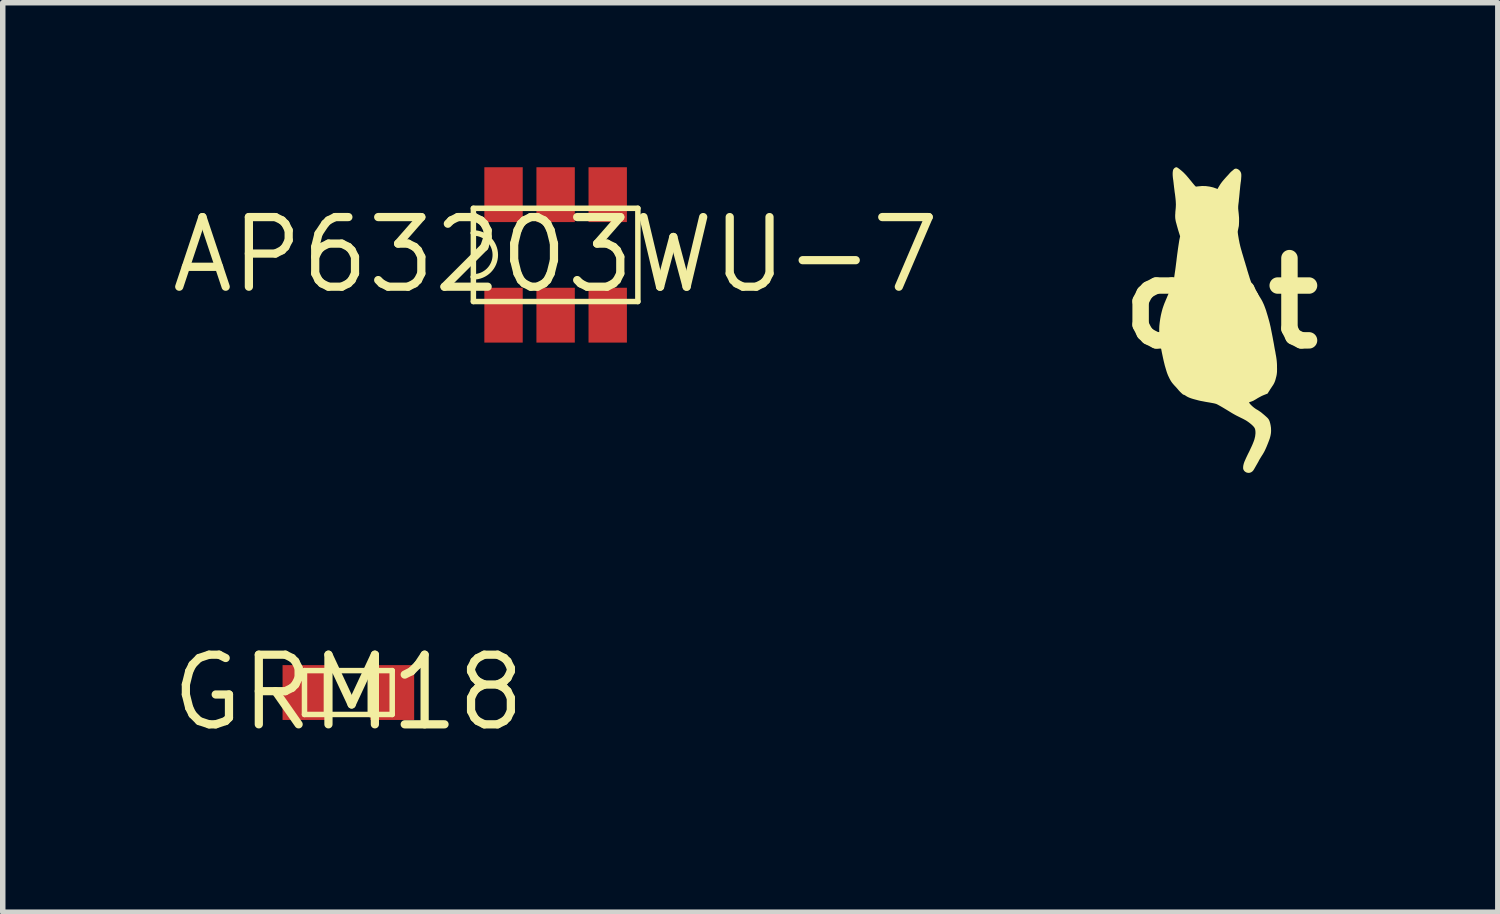
<source format=kicad_pcb>
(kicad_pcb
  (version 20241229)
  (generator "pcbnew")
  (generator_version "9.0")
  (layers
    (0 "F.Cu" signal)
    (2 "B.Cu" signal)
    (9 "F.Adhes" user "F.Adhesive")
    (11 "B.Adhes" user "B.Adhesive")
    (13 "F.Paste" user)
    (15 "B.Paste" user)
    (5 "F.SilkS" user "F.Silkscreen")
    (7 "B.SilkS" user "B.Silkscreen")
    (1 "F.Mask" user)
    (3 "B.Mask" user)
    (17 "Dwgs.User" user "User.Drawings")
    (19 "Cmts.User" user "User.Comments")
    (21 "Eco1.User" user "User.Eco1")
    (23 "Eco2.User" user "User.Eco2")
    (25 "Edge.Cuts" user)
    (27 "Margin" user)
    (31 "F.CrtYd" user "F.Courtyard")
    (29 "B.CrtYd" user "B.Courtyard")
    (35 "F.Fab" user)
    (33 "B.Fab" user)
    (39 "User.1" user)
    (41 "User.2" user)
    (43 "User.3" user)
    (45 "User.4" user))
  (footprint "cat"
    (layer "F.Cu")
    (at 19.216 2.479)
    (property "Reference" "cat" (at 0 0 0) (layer "F.SilkS") (effects (font (size 1.5 1.5) (thickness 0.3))))
    (attr board_only exclude_from_pos_files exclude_from_bom)
    (fp_poly (pts (xy -0.804 -2.478) (xy -0.796 -2.474) (xy -0.784 -2.466) (xy -0.768 -2.455) (xy -0.75 -2.441) (xy -0.731 -2.426) (xy -0.712 -2.41) (xy -0.693 -2.393) (xy -0.682 -2.383) (xy -0.668 -2.369) (xy -0.654 -2.354) (xy -0.639 -2.339) (xy -0.624 -2.322) (xy -0.608 -2.303) (xy -0.589 -2.281) (xy -0.568 -2.255) (xy -0.543 -2.225) (xy -0.524 -2.201) (xy -0.504 -2.177) (xy -0.488 -2.158) (xy -0.476 -2.144) (xy -0.467 -2.135) (xy -0.46 -2.129) (xy -0.456 -2.126) (xy -0.455 -2.126) (xy -0.448 -2.126) (xy -0.436 -2.128) (xy -0.42 -2.13) (xy -0.408 -2.131) (xy -0.341 -2.137) (xy -0.273 -2.135) (xy -0.206 -2.126) (xy -0.141 -2.111) (xy -0.081 -2.09) (xy -0.062 -2.082) (xy -0.046 -2.112) (xy -0.032 -2.134) (xy -0.02 -2.154) (xy -0.008 -2.173) (xy 0.005 -2.191) (xy 0.018 -2.209) (xy 0.034 -2.229) (xy 0.052 -2.25) (xy 0.073 -2.274) (xy 0.098 -2.302) (xy 0.125 -2.331) (xy 0.138 -2.345) (xy 0.149 -2.358) (xy 0.158 -2.368) (xy 0.164 -2.374) (xy 0.164 -2.375) (xy 0.171 -2.382) (xy 0.181 -2.392) (xy 0.194 -2.404) (xy 0.209 -2.416) (xy 0.223 -2.428) (xy 0.236 -2.439) (xy 0.245 -2.446) (xy 0.251 -2.449) (xy 0.269 -2.454) (xy 0.289 -2.452) (xy 0.308 -2.444) (xy 0.327 -2.432) (xy 0.344 -2.416) (xy 0.357 -2.397) (xy 0.367 -2.375) (xy 0.371 -2.354) (xy 0.372 -2.337) (xy 0.372 -2.314) (xy 0.37 -2.286) (xy 0.368 -2.255) (xy 0.364 -2.22) (xy 0.361 -2.203) (xy 0.359 -2.186) (xy 0.356 -2.164) (xy 0.353 -2.137) (xy 0.35 -2.106) (xy 0.347 -2.074) (xy 0.343 -2.04) (xy 0.341 -2.015) (xy 0.338 -1.983) (xy 0.335 -1.952) (xy 0.332 -1.923) (xy 0.329 -1.897) (xy 0.327 -1.876) (xy 0.326 -1.86) (xy 0.325 -1.85) (xy 0.321 -1.82) (xy 0.318 -1.795) (xy 0.316 -1.774) (xy 0.315 -1.756) (xy 0.315 -1.739) (xy 0.315 -1.722) (xy 0.317 -1.704) (xy 0.319 -1.682) (xy 0.322 -1.655) (xy 0.323 -1.647) (xy 0.326 -1.616) (xy 0.328 -1.59) (xy 0.33 -1.568) (xy 0.331 -1.548) (xy 0.331 -1.527) (xy 0.331 -1.504) (xy 0.331 -1.485) (xy 0.33 -1.458) (xy 0.329 -1.437) (xy 0.328 -1.419) (xy 0.326 -1.403) (xy 0.323 -1.388) (xy 0.319 -1.371) (xy 0.319 -1.369) (xy 0.315 -1.35) (xy 0.311 -1.331) (xy 0.308 -1.315) (xy 0.307 -1.305) (xy 0.307 -1.293) (xy 0.309 -1.275) (xy 0.312 -1.253) (xy 0.316 -1.226) (xy 0.321 -1.197) (xy 0.326 -1.167) (xy 0.328 -1.155) (xy 0.33 -1.149) (xy 0.335 -1.121) (xy 0.34 -1.095) (xy 0.346 -1.07) (xy 0.352 -1.043) (xy 0.359 -1.016) (xy 0.367 -0.986) (xy 0.377 -0.953) (xy 0.387 -0.916) (xy 0.4 -0.874) (xy 0.414 -0.826) (xy 0.42 -0.806) (xy 0.429 -0.775) (xy 0.438 -0.747) (xy 0.446 -0.721) (xy 0.452 -0.698) (xy 0.458 -0.68) (xy 0.462 -0.667) (xy 0.464 -0.66) (xy 0.464 -0.66) (xy 0.47 -0.64) (xy 0.477 -0.615) (xy 0.485 -0.587) (xy 0.495 -0.556) (xy 0.504 -0.525) (xy 0.514 -0.495) (xy 0.522 -0.467) (xy 0.53 -0.442) (xy 0.537 -0.422) (xy 0.539 -0.416) (xy 0.551 -0.382) (xy 0.56 -0.354) (xy 0.569 -0.332) (xy 0.576 -0.315) (xy 0.583 -0.301) (xy 0.589 -0.291) (xy 0.592 -0.288) (xy 0.605 -0.268) (xy 0.621 -0.246) (xy 0.638 -0.221) (xy 0.656 -0.195) (xy 0.672 -0.171) (xy 0.687 -0.149) (xy 0.698 -0.131) (xy 0.701 -0.126) (xy 0.721 -0.094) (xy 0.739 -0.064) (xy 0.755 -0.035) (xy 0.769 -0.005) (xy 0.783 0.025) (xy 0.796 0.058) (xy 0.809 0.093) (xy 0.823 0.132) (xy 0.836 0.176) (xy 0.851 0.225) (xy 0.862 0.263) (xy 0.871 0.295) (xy 0.88 0.327) (xy 0.889 0.361) (xy 0.897 0.396) (xy 0.906 0.434) (xy 0.914 0.475) (xy 0.923 0.52) (xy 0.933 0.57) (xy 0.944 0.626) (xy 0.955 0.687) (xy 0.959 0.707) (xy 0.965 0.739) (xy 0.971 0.774) (xy 0.977 0.809) (xy 0.983 0.842) (xy 0.989 0.872) (xy 0.992 0.886) (xy 0.999 0.929) (xy 1.006 0.966) (xy 1.011 0.998) (xy 1.015 1.027) (xy 1.018 1.053) (xy 1.02 1.079) (xy 1.022 1.104) (xy 1.023 1.132) (xy 1.023 1.162) (xy 1.023 1.169) (xy 1.024 1.202) (xy 1.023 1.23) (xy 1.023 1.253) (xy 1.021 1.273) (xy 1.019 1.292) (xy 1.016 1.31) (xy 1.012 1.33) (xy 1.006 1.353) (xy 0.998 1.384) (xy 0.991 1.409) (xy 0.983 1.431) (xy 0.974 1.452) (xy 0.964 1.472) (xy 0.951 1.494) (xy 0.934 1.519) (xy 0.926 1.531) (xy 0.913 1.551) (xy 0.898 1.573) (xy 0.885 1.595) (xy 0.874 1.611) (xy 0.851 1.649) (xy 0.817 1.662) (xy 0.784 1.675) (xy 0.747 1.691) (xy 0.709 1.711) (xy 0.671 1.732) (xy 0.639 1.752) (xy 0.614 1.766) (xy 0.594 1.778) (xy 0.576 1.786) (xy 0.557 1.793) (xy 0.555 1.794) (xy 0.536 1.8) (xy 0.524 1.805) (xy 0.516 1.808) (xy 0.513 1.811) (xy 0.514 1.815) (xy 0.517 1.819) (xy 0.519 1.822) (xy 0.543 1.851) (xy 0.572 1.879) (xy 0.604 1.906) (xy 0.638 1.93) (xy 0.646 1.935) (xy 0.669 1.948) (xy 0.688 1.96) (xy 0.705 1.972) (xy 0.722 1.983) (xy 0.739 1.996) (xy 0.758 2.012) (xy 0.781 2.031) (xy 0.787 2.036) (xy 0.812 2.058) (xy 0.832 2.076) (xy 0.847 2.09) (xy 0.859 2.103) (xy 0.868 2.115) (xy 0.875 2.126) (xy 0.877 2.129) (xy 0.889 2.158) (xy 0.899 2.193) (xy 0.907 2.231) (xy 0.913 2.272) (xy 0.914 2.295) (xy 0.915 2.324) (xy 0.914 2.352) (xy 0.911 2.38) (xy 0.906 2.408) (xy 0.899 2.438) (xy 0.89 2.47) (xy 0.877 2.506) (xy 0.862 2.545) (xy 0.844 2.59) (xy 0.831 2.622) (xy 0.818 2.651) (xy 0.807 2.675) (xy 0.797 2.696) (xy 0.787 2.715) (xy 0.776 2.734) (xy 0.764 2.755) (xy 0.748 2.779) (xy 0.744 2.786) (xy 0.731 2.806) (xy 0.718 2.828) (xy 0.705 2.849) (xy 0.695 2.867) (xy 0.693 2.871) (xy 0.683 2.891) (xy 0.671 2.912) (xy 0.658 2.935) (xy 0.644 2.959) (xy 0.631 2.982) (xy 0.619 3.003) (xy 0.608 3.022) (xy 0.599 3.037) (xy 0.593 3.046) (xy 0.592 3.048) (xy 0.573 3.069) (xy 0.551 3.084) (xy 0.527 3.093) (xy 0.501 3.095) (xy 0.476 3.091) (xy 0.46 3.085) (xy 0.439 3.072) (xy 0.423 3.056) (xy 0.411 3.035) (xy 0.411 3.034) (xy 0.407 3.025) (xy 0.406 3.015) (xy 0.405 3.003) (xy 0.406 2.986) (xy 0.406 2.985) (xy 0.407 2.968) (xy 0.411 2.951) (xy 0.415 2.932) (xy 0.422 2.91) (xy 0.431 2.886) (xy 0.443 2.859) (xy 0.457 2.827) (xy 0.474 2.791) (xy 0.494 2.749) (xy 0.509 2.72) (xy 0.527 2.683) (xy 0.544 2.646) (xy 0.561 2.61) (xy 0.576 2.576) (xy 0.589 2.544) (xy 0.6 2.516) (xy 0.608 2.493) (xy 0.611 2.484) (xy 0.624 2.43) (xy 0.63 2.378) (xy 0.63 2.345) (xy 0.627 2.316) (xy 0.622 2.293) (xy 0.612 2.272) (xy 0.597 2.252) (xy 0.579 2.233) (xy 0.553 2.209) (xy 0.527 2.188) (xy 0.501 2.168) (xy 0.473 2.149) (xy 0.441 2.13) (xy 0.406 2.111) (xy 0.365 2.091) (xy 0.353 2.085) (xy 0.315 2.066) (xy 0.281 2.049) (xy 0.248 2.031) (xy 0.216 2.013) (xy 0.181 1.992) (xy 0.144 1.969) (xy 0.129 1.96) (xy 0.101 1.943) (xy 0.071 1.925) (xy 0.041 1.907) (xy 0.012 1.89) (xy -0.016 1.874) (xy -0.04 1.861) (xy -0.059 1.85) (xy -0.066 1.847) (xy -0.076 1.842) (xy -0.087 1.837) (xy -0.099 1.834) (xy -0.113 1.83) (xy -0.13 1.826) (xy -0.152 1.822) (xy -0.179 1.817) (xy -0.206 1.812) (xy -0.248 1.805) (xy -0.283 1.799) (xy -0.313 1.793) (xy -0.339 1.788) (xy -0.362 1.784) (xy -0.382 1.78) (xy -0.401 1.775) (xy -0.42 1.771) (xy -0.428 1.768) (xy -0.471 1.757) (xy -0.507 1.747) (xy -0.539 1.737) (xy -0.565 1.728) (xy -0.589 1.718) (xy -0.61 1.708) (xy -0.629 1.697) (xy -0.647 1.685) (xy -0.661 1.677) (xy -0.672 1.671) (xy -0.679 1.67) (xy -0.685 1.669) (xy -0.692 1.665) (xy -0.701 1.657) (xy -0.714 1.646) (xy -0.726 1.634) (xy -0.742 1.619) (xy -0.757 1.603) (xy -0.771 1.588) (xy -0.781 1.576) (xy -0.781 1.575) (xy -0.791 1.564) (xy -0.804 1.549) (xy -0.819 1.532) (xy -0.835 1.515) (xy -0.841 1.509) (xy -0.866 1.481) (xy -0.887 1.456) (xy -0.905 1.431) (xy -0.921 1.405) (xy -0.937 1.375) (xy -0.938 1.373) (xy -0.951 1.346) (xy -0.963 1.321) (xy -0.973 1.296) (xy -0.983 1.27) (xy -0.992 1.242) (xy -1.002 1.209) (xy -1.013 1.172) (xy -1.023 1.138) (xy -1.033 1.097) (xy -1.044 1.052) (xy -1.055 1.003) (xy -1.066 0.951) (xy -1.077 0.899) (xy -1.087 0.847) (xy -1.097 0.796) (xy -1.105 0.748) (xy -1.112 0.704) (xy -1.116 0.676) (xy -1.121 0.64) (xy -1.123 0.599) (xy -1.125 0.554) (xy -1.125 0.508) (xy -1.125 0.461) (xy -1.123 0.417) (xy -1.119 0.376) (xy -1.116 0.35) (xy -1.106 0.281) (xy -1.094 0.217) (xy -1.08 0.158) (xy -1.065 0.102) (xy -1.047 0.049) (xy -1.033 0.011) (xy -1.027 -0.005) (xy -1.017 -0.027) (xy -1.007 -0.053) (xy -0.994 -0.082) (xy -0.981 -0.114) (xy -0.967 -0.146) (xy -0.954 -0.177) (xy -0.941 -0.207) (xy -0.929 -0.234) (xy -0.919 -0.257) (xy -0.913 -0.27) (xy -0.899 -0.303) (xy -0.886 -0.339) (xy -0.874 -0.376) (xy -0.865 -0.41) (xy -0.86 -0.43) (xy -0.856 -0.452) (xy -0.851 -0.48) (xy -0.846 -0.515) (xy -0.84 -0.557) (xy -0.833 -0.603) (xy -0.826 -0.655) (xy -0.819 -0.712) (xy -0.811 -0.773) (xy -0.808 -0.801) (xy -0.799 -0.873) (xy -0.79 -0.939) (xy -0.782 -0.998) (xy -0.774 -1.051) (xy -0.767 -1.097) (xy -0.761 -1.136) (xy -0.755 -1.169) (xy -0.753 -1.177) (xy -0.744 -1.22) (xy -0.764 -1.283) (xy -0.78 -1.335) (xy -0.793 -1.381) (xy -0.804 -1.42) (xy -0.813 -1.454) (xy -0.821 -1.482) (xy -0.826 -1.506) (xy -0.829 -1.526) (xy -0.83 -1.528) (xy -0.832 -1.543) (xy -0.833 -1.558) (xy -0.834 -1.573) (xy -0.834 -1.59) (xy -0.834 -1.61) (xy -0.832 -1.633) (xy -0.831 -1.661) (xy -0.828 -1.694) (xy -0.825 -1.725) (xy -0.823 -1.751) (xy -0.822 -1.776) (xy -0.821 -1.8) (xy -0.822 -1.823) (xy -0.823 -1.848) (xy -0.825 -1.876) (xy -0.828 -1.907) (xy -0.832 -1.942) (xy -0.837 -1.984) (xy -0.838 -1.991) (xy -0.843 -2.023) (xy -0.847 -2.056) (xy -0.851 -2.089) (xy -0.855 -2.12) (xy -0.858 -2.148) (xy -0.861 -2.17) (xy -0.863 -2.193) (xy -0.866 -2.215) (xy -0.868 -2.234) (xy -0.87 -2.249) (xy -0.872 -2.257) (xy -0.876 -2.291) (xy -0.879 -2.325) (xy -0.88 -2.357) (xy -0.879 -2.386) (xy -0.876 -2.411) (xy -0.872 -2.43) (xy -0.868 -2.438) (xy -0.857 -2.454) (xy -0.843 -2.467) (xy -0.828 -2.476) (xy -0.812 -2.479)) (stroke (width 0) (type solid)) (fill yes) (layer "F.SilkS")))
  (footprint "GRM18"
    (layer "F.Cu")
    (at 3.303 9.58)
    (property "Reference" "GRM18" (at 0 0 0) (layer "F.SilkS") (effects (font (size 1.27 1.27) (thickness 0.15))))
    (fp_line (start -0.8 -0.4) (end -0.8 0.4) (stroke (width 0.1) (type solid)) (layer "F.SilkS"))
    (fp_line (start -0.8 0.4) (end -0.4 0.4) (stroke (width 0.1) (type solid)) (layer "F.SilkS"))
    (fp_line (start -0.4 -0.4) (end -0.8 -0.4) (stroke (width 0.1) (type solid)) (layer "F.SilkS"))
    (fp_line (start -0.4 -0.4) (end -0.4 0.4) (stroke (width 0.1) (type solid)) (layer "F.SilkS"))
    (fp_line (start -0.4 0.4) (end 0.4 0.4) (stroke (width 0.1) (type solid)) (layer "F.SilkS"))
    (fp_line (start 0.4 -0.4) (end -0.4 -0.4) (stroke (width 0.1) (type solid)) (layer "F.SilkS"))
    (fp_line (start 0.4 -0.4) (end 0.4 0.4) (stroke (width 0.1) (type solid)) (layer "F.SilkS"))
    (fp_line (start 0.4 0.4) (end 0.8 0.4) (stroke (width 0.1) (type solid)) (layer "F.SilkS"))
    (fp_line (start 0.8 -0.4) (end 0.4 -0.4) (stroke (width 0.1) (type solid)) (layer "F.SilkS"))
    (fp_line (start 0.8 0.4) (end 0.8 -0.4) (stroke (width 0.1) (type solid)) (layer "F.SilkS"))
    (pad "L" smd rect (at -0.8 0) (size 0.8 1) (layers "F.Cu" "F.Mask" "F.Paste"))
    (pad "R" smd rect (at 0.8 0) (size 0.8 1) (layers "F.Cu" "F.Mask" "F.Paste")))
  (footprint "AP63203WU-7"
    (layer "F.Cu")
    (at 7.083 1.599)
    (property "Reference" "AP63203WU-7" (at 0 0 0) (layer "F.SilkS") (effects (font (size 1.27 1.27) (thickness 0.15))))
    (fp_line (start -1.5 -0.85) (end -1.5 -0.4) (stroke (width 0.1) (type solid)) (layer "F.SilkS"))
    (fp_line (start -1.5 -0.4) (end -1.5 0.4) (stroke (width 0.1) (type solid)) (layer "F.SilkS"))
    (fp_line (start -1.5 0.4) (end -1.5 0.85) (stroke (width 0.1) (type solid)) (layer "F.SilkS"))
    (fp_line (start -1.5 0.85) (end 1.5 0.85) (stroke (width 0.1) (type solid)) (layer "F.SilkS"))
    (fp_line (start 1.5 -0.85) (end -1.5 -0.85) (stroke (width 0.1) (type solid)) (layer "F.SilkS"))
    (fp_line (start 1.5 0.85) (end 1.5 -0.85) (stroke (width 0.1) (type solid)) (layer "F.SilkS"))
    (fp_arc (start -1.5 -0.4) (mid -1.1 0) (end -1.5 0.4) (stroke (width 0.1) (type solid)) (layer "F.SilkS"))
    (pad "BST" smd rect (at -0.95 -1.099) (size 0.7 1) (layers "F.Cu" "F.Mask" "F.Paste"))
    (pad "EN" smd rect (at 0 1.099) (size 0.7 1) (layers "F.Cu" "F.Mask" "F.Paste"))
    (pad "FB" smd rect (at -0.95 1.099) (size 0.7 1) (layers "F.Cu" "F.Mask" "F.Paste"))
    (pad "GND" smd rect (at 0.95 -1.099) (size 0.7 1) (layers "F.Cu" "F.Mask" "F.Paste"))
    (pad "SW" smd rect (at 0 -1.099) (size 0.7 1) (layers "F.Cu" "F.Mask" "F.Paste"))
    (pad "VIN" smd rect (at 0.95 1.099) (size 0.7 1) (layers "F.Cu" "F.Mask" "F.Paste")))
  (gr_rect
    (start -3 -3)
    (end 24.266 13.586)
    (stroke (width 0.1) (type default))
    (fill no)
    (layer "Edge.Cuts")))
</source>
